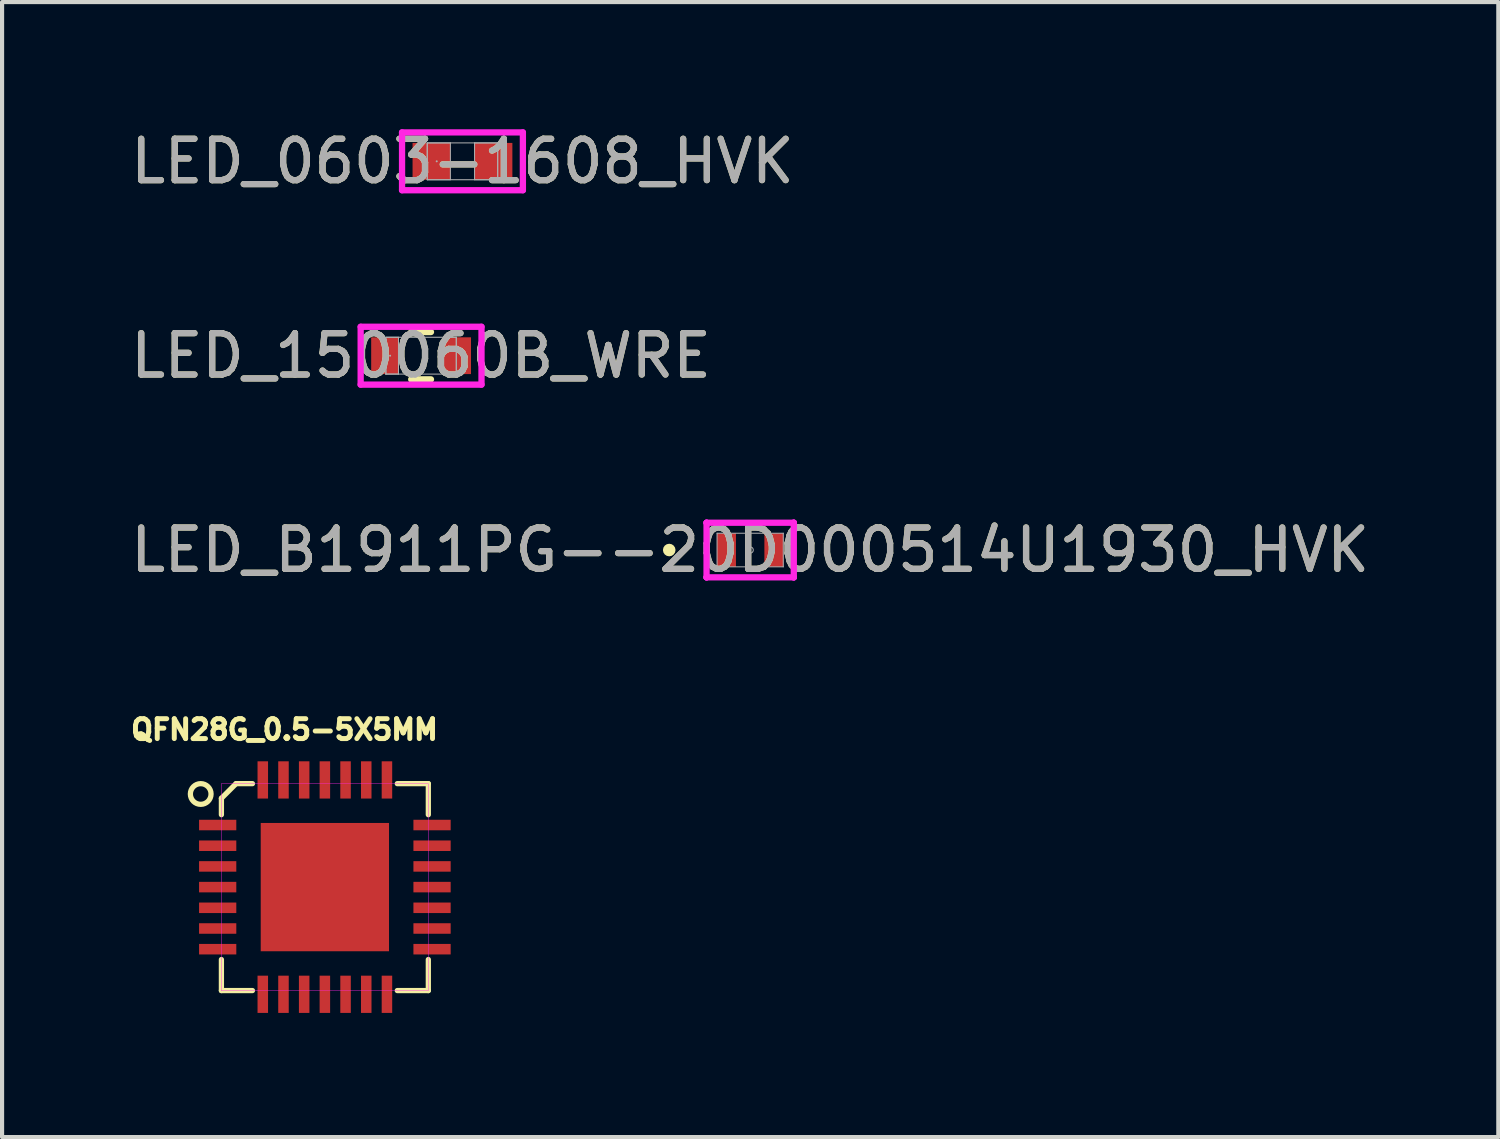
<source format=kicad_pcb>
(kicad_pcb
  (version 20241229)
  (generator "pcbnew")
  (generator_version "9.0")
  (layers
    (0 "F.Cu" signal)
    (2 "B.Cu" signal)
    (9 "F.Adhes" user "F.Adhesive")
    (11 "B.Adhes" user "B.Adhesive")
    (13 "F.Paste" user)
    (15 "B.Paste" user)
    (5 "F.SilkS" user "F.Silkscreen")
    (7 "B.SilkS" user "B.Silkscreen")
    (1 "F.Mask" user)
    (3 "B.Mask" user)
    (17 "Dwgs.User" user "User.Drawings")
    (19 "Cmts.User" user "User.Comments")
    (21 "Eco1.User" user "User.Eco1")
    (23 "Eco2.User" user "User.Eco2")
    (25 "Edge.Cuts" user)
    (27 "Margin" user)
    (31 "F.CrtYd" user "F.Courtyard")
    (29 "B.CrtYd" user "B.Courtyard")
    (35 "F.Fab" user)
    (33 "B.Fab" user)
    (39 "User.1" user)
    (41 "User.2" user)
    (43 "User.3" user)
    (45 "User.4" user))
  (footprint "LED_B1911PG--20D000514U1930_HVK"
    (layer "F.Cu")
    (at 15.077 10.241)
    (property "Reference" "LED_B1911PG--20D000514U1930_HVK" (at 0 0 0) (unlocked yes) (layer "F.SilkS") (effects (font (size 1 1) (thickness 0.15))))
    (attr smd)
    (fp_circle (center -1.956 0) (end -1.88 0) (stroke (width 0.152) (type solid)) (fill no) (layer "F.SilkS"))
    (fp_line (start -1.054 -0.66) (end -1.054 -0.66) (stroke (width 0.152) (type solid)) (layer "F.CrtYd"))
    (fp_line (start -1.054 -0.66) (end -1.054 -0.66) (stroke (width 0.152) (type solid)) (layer "F.CrtYd"))
    (fp_line (start -1.054 -0.66) (end 1.054 -0.66) (stroke (width 0.152) (type solid)) (layer "F.CrtYd"))
    (fp_line (start -1.054 0.66) (end -1.054 -0.66) (stroke (width 0.152) (type solid)) (layer "F.CrtYd"))
    (fp_line (start -1.054 0.66) (end -1.054 0.66) (stroke (width 0.152) (type solid)) (layer "F.CrtYd"))
    (fp_line (start -1.054 0.66) (end -1.054 0.66) (stroke (width 0.152) (type solid)) (layer "F.CrtYd"))
    (fp_line (start 1.054 -0.66) (end 1.054 -0.66) (stroke (width 0.152) (type solid)) (layer "F.CrtYd"))
    (fp_line (start 1.054 -0.66) (end 1.054 -0.66) (stroke (width 0.152) (type solid)) (layer "F.CrtYd"))
    (fp_line (start 1.054 -0.66) (end 1.054 0.66) (stroke (width 0.152) (type solid)) (layer "F.CrtYd"))
    (fp_line (start 1.054 0.66) (end -1.054 0.66) (stroke (width 0.152) (type solid)) (layer "F.CrtYd"))
    (fp_line (start 1.054 0.66) (end 1.054 0.66) (stroke (width 0.152) (type solid)) (layer "F.CrtYd"))
    (fp_line (start 1.054 0.66) (end 1.054 0.66) (stroke (width 0.152) (type solid)) (layer "F.CrtYd"))
    (fp_line (start -0.8 -0.406) (end -0.8 0.406) (stroke (width 0.025) (type solid)) (layer "F.Fab"))
    (fp_line (start -0.8 0.406) (end 0.8 0.406) (stroke (width 0.025) (type solid)) (layer "F.Fab"))
    (fp_line (start 0.8 -0.406) (end -0.8 -0.406) (stroke (width 0.025) (type solid)) (layer "F.Fab"))
    (fp_line (start 0.8 0.406) (end 0.8 -0.406) (stroke (width 0.025) (type solid)) (layer "F.Fab"))
    (fp_circle (center 0 0) (end 0.076 0) (stroke (width 0.025) (type solid)) (fill no) (layer "F.Fab"))
    (fp_text user "${REFERENCE}" (at 0 0 0) (unlocked yes) (layer "F.Fab") (effects (font (size 1 1) (thickness 0.15))))
    (pad "1" smd rect (at -0.572 0) (size 0.457 0.813) (layers "F.Cu" "F.Mask" "F.Paste"))
    (pad "2" smd rect (at 0.572 0) (size 0.457 0.813) (layers "F.Cu" "F.Mask" "F.Paste")))
  (footprint "LED_150060B_WRE"
    (layer "F.Cu")
    (at 7.125 5.545)
    (property "Reference" "LED_150060B_WRE" (at 0 0 0) (unlocked yes) (layer "F.SilkS") (effects (font (size 1 1) (thickness 0.15))))
    (attr smd)
    (fp_line (start -0.239 0.572) (end 0.239 0.572) (stroke (width 0.152) (type solid)) (layer "F.SilkS"))
    (fp_line (start 0.239 -0.572) (end -0.239 -0.572) (stroke (width 0.152) (type solid)) (layer "F.SilkS"))
    (fp_line (start -1.46 -0.699) (end 1.46 -0.699) (stroke (width 0.152) (type solid)) (layer "F.CrtYd"))
    (fp_line (start -1.46 0.699) (end -1.46 -0.699) (stroke (width 0.152) (type solid)) (layer "F.CrtYd"))
    (fp_line (start 1.46 -0.699) (end 1.46 0.699) (stroke (width 0.152) (type solid)) (layer "F.CrtYd"))
    (fp_line (start 1.46 0.699) (end -1.46 0.699) (stroke (width 0.152) (type solid)) (layer "F.CrtYd"))
    (fp_line (start -0.851 -0.445) (end -0.851 0.445) (stroke (width 0.025) (type solid)) (layer "F.Fab"))
    (fp_line (start -0.851 -0.445) (end -0.851 0.445) (stroke (width 0.025) (type solid)) (layer "F.Fab"))
    (fp_line (start -0.851 0.445) (end -0.546 0.445) (stroke (width 0.025) (type solid)) (layer "F.Fab"))
    (fp_line (start -0.851 0.445) (end 0.851 0.445) (stroke (width 0.025) (type solid)) (layer "F.Fab"))
    (fp_line (start -0.546 -0.445) (end -0.851 -0.445) (stroke (width 0.025) (type solid)) (layer "F.Fab"))
    (fp_line (start -0.546 0.445) (end -0.546 -0.445) (stroke (width 0.025) (type solid)) (layer "F.Fab"))
    (fp_line (start 0.546 -0.445) (end 0.546 0.445) (stroke (width 0.025) (type solid)) (layer "F.Fab"))
    (fp_line (start 0.546 0.445) (end 0.851 0.445) (stroke (width 0.025) (type solid)) (layer "F.Fab"))
    (fp_line (start 0.851 -0.445) (end -0.851 -0.445) (stroke (width 0.025) (type solid)) (layer "F.Fab"))
    (fp_line (start 0.851 -0.445) (end 0.546 -0.445) (stroke (width 0.025) (type solid)) (layer "F.Fab"))
    (fp_line (start 0.851 0.445) (end 0.851 -0.445) (stroke (width 0.025) (type solid)) (layer "F.Fab"))
    (fp_line (start 0.851 0.445) (end 0.851 -0.445) (stroke (width 0.025) (type solid)) (layer "F.Fab"))
    (fp_circle (center -0.749 0) (end -0.749 0) (stroke (width 0.025) (type solid)) (fill no) (layer "F.Fab"))
    (fp_text user "${REFERENCE}" (at 0 0 0) (unlocked yes) (layer "F.Fab") (effects (font (size 1 1) (thickness 0.15))))
    (pad "1" smd rect (at -0.876 0) (size 0.66 0.889) (layers "F.Cu" "F.Mask" "F.Paste"))
    (pad "2" smd rect (at 0.876 0) (size 0.66 0.889) (layers "F.Cu" "F.Mask" "F.Paste"))
    (zone (net_name "") (layer "F.Cu") (hatch full 0.508) (connect_pads) (min_thickness 0.254) (filled_areas_thickness no) (keepout (tracks not_allowed) (vias not_allowed) (pads allowed) (copperpour not_allowed) (footprints allowed)) (placement (enabled no)) (fill) (polygon (pts (xy 6.63 5.151) (xy 7.62 5.151) (xy 7.62 5.938) (xy 6.63 5.938)))))
  (footprint "LED_0603-1608_HVK"
    (layer "F.Cu")
    (at 8.125 0.848)
    (property "Reference" "LED_0603-1608_HVK" (at 0 0 0) (unlocked yes) (layer "F.SilkS") (effects (font (size 1 1) (thickness 0.15))))
    (attr smd)
    (fp_line (start -1.46 -0.699) (end 1.46 -0.699) (stroke (width 0.152) (type solid)) (layer "F.CrtYd"))
    (fp_line (start -1.46 0.699) (end -1.46 -0.699) (stroke (width 0.152) (type solid)) (layer "F.CrtYd"))
    (fp_line (start 1.46 -0.699) (end 1.46 0.699) (stroke (width 0.152) (type solid)) (layer "F.CrtYd"))
    (fp_line (start 1.46 0.699) (end -1.46 0.699) (stroke (width 0.152) (type solid)) (layer "F.CrtYd"))
    (fp_line (start -0.851 -0.445) (end -0.851 0.445) (stroke (width 0.025) (type solid)) (layer "F.Fab"))
    (fp_line (start -0.851 -0.445) (end -0.851 0.445) (stroke (width 0.025) (type solid)) (layer "F.Fab"))
    (fp_line (start -0.851 0.445) (end -0.292 0.445) (stroke (width 0.025) (type solid)) (layer "F.Fab"))
    (fp_line (start -0.851 0.445) (end 0.851 0.445) (stroke (width 0.025) (type solid)) (layer "F.Fab"))
    (fp_line (start -0.292 -0.445) (end -0.851 -0.445) (stroke (width 0.025) (type solid)) (layer "F.Fab"))
    (fp_line (start -0.292 0.445) (end -0.292 -0.445) (stroke (width 0.025) (type solid)) (layer "F.Fab"))
    (fp_line (start 0.292 -0.445) (end 0.292 0.445) (stroke (width 0.025) (type solid)) (layer "F.Fab"))
    (fp_line (start 0.292 0.445) (end 0.851 0.445) (stroke (width 0.025) (type solid)) (layer "F.Fab"))
    (fp_line (start 0.851 -0.445) (end -0.851 -0.445) (stroke (width 0.025) (type solid)) (layer "F.Fab"))
    (fp_line (start 0.851 -0.445) (end 0.292 -0.445) (stroke (width 0.025) (type solid)) (layer "F.Fab"))
    (fp_line (start 0.851 0.445) (end 0.851 -0.445) (stroke (width 0.025) (type solid)) (layer "F.Fab"))
    (fp_line (start 0.851 0.445) (end 0.851 -0.445) (stroke (width 0.025) (type solid)) (layer "F.Fab"))
    (fp_circle (center -0.622 0) (end -0.622 0) (stroke (width 0.025) (type solid)) (fill no) (layer "F.Fab"))
    (fp_text user "${REFERENCE}" (at 0 0 0) (unlocked yes) (layer "F.Fab") (effects (font (size 1 1) (thickness 0.15))))
    (pad "1" smd rect (at -0.749 0) (size 0.914 0.889) (layers "F.Cu" "F.Mask" "F.Paste"))
    (pad "2" smd rect (at 0.749 0) (size 0.914 0.889) (layers "F.Cu" "F.Mask" "F.Paste"))
    (zone (net_name "") (layer "F.Cu") (hatch full 0.508) (connect_pads) (min_thickness 0.254) (filled_areas_thickness no) (keepout (tracks not_allowed) (vias not_allowed) (pads allowed) (copperpour not_allowed) (footprints allowed)) (placement (enabled no)) (fill) (polygon (pts (xy 7.884 0.455) (xy 8.366 0.455) (xy 8.366 1.242) (xy 7.884 1.242)))))
  (footprint "QFN28G_0.5-5X5MM"
    (layer "F.Cu")
    (at 4.8 18.386)
    (property "Reference" "QFN28G_0.5-5X5MM" (at -0.976 -3.805 0) (layer "F.SilkS") (effects (font (size 0.48 0.48) (thickness 0.15))))
    (attr smd)
    (fp_line (start -2.5 -2.146) (end -2.5 -1.75) (stroke (width 0.127) (type solid)) (layer "F.SilkS"))
    (fp_line (start -2.5 1.75) (end -2.5 2.5) (stroke (width 0.127) (type solid)) (layer "F.SilkS"))
    (fp_line (start -2.5 2.5) (end -1.75 2.5) (stroke (width 0.127) (type solid)) (layer "F.SilkS"))
    (fp_line (start -2.146 -2.5) (end -2.5 -2.146) (stroke (width 0.127) (type solid)) (layer "F.SilkS"))
    (fp_line (start -1.75 -2.5) (end -2.146 -2.5) (stroke (width 0.127) (type solid)) (layer "F.SilkS"))
    (fp_line (start 1.75 -2.5) (end 2.5 -2.5) (stroke (width 0.127) (type solid)) (layer "F.SilkS"))
    (fp_line (start 1.75 2.5) (end 2.5 2.5) (stroke (width 0.127) (type solid)) (layer "F.SilkS"))
    (fp_line (start 2.5 -2.5) (end 2.5 -1.75) (stroke (width 0.127) (type solid)) (layer "F.SilkS"))
    (fp_line (start 2.5 2.5) (end 2.5 1.75) (stroke (width 0.127) (type solid)) (layer "F.SilkS"))
    (fp_circle (center -3 -2.25) (end -2.75 -2.25) (stroke (width 0.127) (type solid)) (fill no) (layer "F.SilkS"))
    (fp_poly (pts (xy -1.502 0.25) (xy -0.25 0.25) (xy -0.25 1.502) (xy -1.502 1.502)) (stroke (width 0.01) (type solid)) (fill yes) (layer "F.Paste"))
    (fp_poly (pts (xy -1.501 -1.5) (xy -0.25 -1.5) (xy -0.25 -0.25) (xy -1.501 -0.25)) (stroke (width 0.01) (type solid)) (fill yes) (layer "F.Paste"))
    (fp_poly (pts (xy 0.25 0.25) (xy 1.5 0.25) (xy 1.5 1.5) (xy 0.25 1.5)) (stroke (width 0.01) (type solid)) (fill yes) (layer "F.Paste"))
    (fp_poly (pts (xy 0.25 -1.5) (xy 1.5 -1.5) (xy 1.5 -0.25) (xy 0.25 -0.25)) (stroke (width 0.01) (type solid)) (fill yes) (layer "F.Paste"))
    (fp_poly (pts (xy -2.504 -2.5) (xy 2.5 -2.5) (xy 2.5 2.504) (xy -2.504 2.504)) (stroke (width 0.01) (type solid)) (fill no) (layer "F.CrtYd"))
    (pad "1" smd rect (at -2.59 -1.5) (size 0.9 0.254) (layers "F.Cu" "F.Mask" "F.Paste"))
    (pad "2" smd rect (at -2.59 -1) (size 0.9 0.254) (layers "F.Cu" "F.Mask" "F.Paste"))
    (pad "3" smd rect (at -2.59 -0.5) (size 0.9 0.254) (layers "F.Cu" "F.Mask" "F.Paste"))
    (pad "4" smd rect (at -2.59 0) (size 0.9 0.254) (layers "F.Cu" "F.Mask" "F.Paste"))
    (pad "5" smd rect (at -2.59 0.5) (size 0.9 0.254) (layers "F.Cu" "F.Mask" "F.Paste"))
    (pad "6" smd rect (at -2.59 1) (size 0.9 0.254) (layers "F.Cu" "F.Mask" "F.Paste"))
    (pad "7" smd rect (at -2.59 1.5) (size 0.9 0.254) (layers "F.Cu" "F.Mask" "F.Paste"))
    (pad "8" smd rect (at -1.5 2.59 90) (size 0.9 0.254) (layers "F.Cu" "F.Mask" "F.Paste"))
    (pad "9" smd rect (at -1 2.59 90) (size 0.9 0.254) (layers "F.Cu" "F.Mask" "F.Paste"))
    (pad "10" smd rect (at -0.5 2.59 90) (size 0.9 0.254) (layers "F.Cu" "F.Mask" "F.Paste"))
    (pad "11" smd rect (at 0 2.59 90) (size 0.9 0.254) (layers "F.Cu" "F.Mask" "F.Paste"))
    (pad "12" smd rect (at 0.5 2.59 90) (size 0.9 0.254) (layers "F.Cu" "F.Mask" "F.Paste"))
    (pad "13" smd rect (at 1 2.59 90) (size 0.9 0.254) (layers "F.Cu" "F.Mask" "F.Paste"))
    (pad "14" smd rect (at 1.5 2.59 90) (size 0.9 0.254) (layers "F.Cu" "F.Mask" "F.Paste"))
    (pad "15" smd rect (at 2.59 1.5 180) (size 0.9 0.254) (layers "F.Cu" "F.Mask" "F.Paste"))
    (pad "16" smd rect (at 2.59 1 180) (size 0.9 0.254) (layers "F.Cu" "F.Mask" "F.Paste"))
    (pad "17" smd rect (at 2.59 0.5 180) (size 0.9 0.254) (layers "F.Cu" "F.Mask" "F.Paste"))
    (pad "18" smd rect (at 2.59 0 180) (size 0.9 0.254) (layers "F.Cu" "F.Mask" "F.Paste"))
    (pad "19" smd rect (at 2.59 -0.5 180) (size 0.9 0.254) (layers "F.Cu" "F.Mask" "F.Paste"))
    (pad "20" smd rect (at 2.59 -1 180) (size 0.9 0.254) (layers "F.Cu" "F.Mask" "F.Paste"))
    (pad "21" smd rect (at 2.59 -1.5 180) (size 0.9 0.254) (layers "F.Cu" "F.Mask" "F.Paste"))
    (pad "22" smd rect (at 1.5 -2.59 270) (size 0.9 0.254) (layers "F.Cu" "F.Mask" "F.Paste"))
    (pad "23" smd rect (at 1 -2.59 270) (size 0.9 0.254) (layers "F.Cu" "F.Mask" "F.Paste"))
    (pad "24" smd rect (at 0.5 -2.59 270) (size 0.9 0.254) (layers "F.Cu" "F.Mask" "F.Paste"))
    (pad "25" smd rect (at 0 -2.59 270) (size 0.9 0.254) (layers "F.Cu" "F.Mask" "F.Paste"))
    (pad "26" smd rect (at -0.5 -2.59 270) (size 0.9 0.254) (layers "F.Cu" "F.Mask" "F.Paste"))
    (pad "27" smd rect (at -1 -2.59 270) (size 0.9 0.254) (layers "F.Cu" "F.Mask" "F.Paste"))
    (pad "28" smd rect (at -1.5 -2.59 270) (size 0.9 0.254) (layers "F.Cu" "F.Mask" "F.Paste"))
    (pad "29" smd rect (at 0 0) (size 3.1 3.1) (layers "F.Cu" "F.Mask")))
  (gr_rect
    (start -3 -3)
    (end 33.155 24.426)
    (stroke (width 0.1) (type default))
    (fill no)
    (layer "Edge.Cuts")))
</source>
